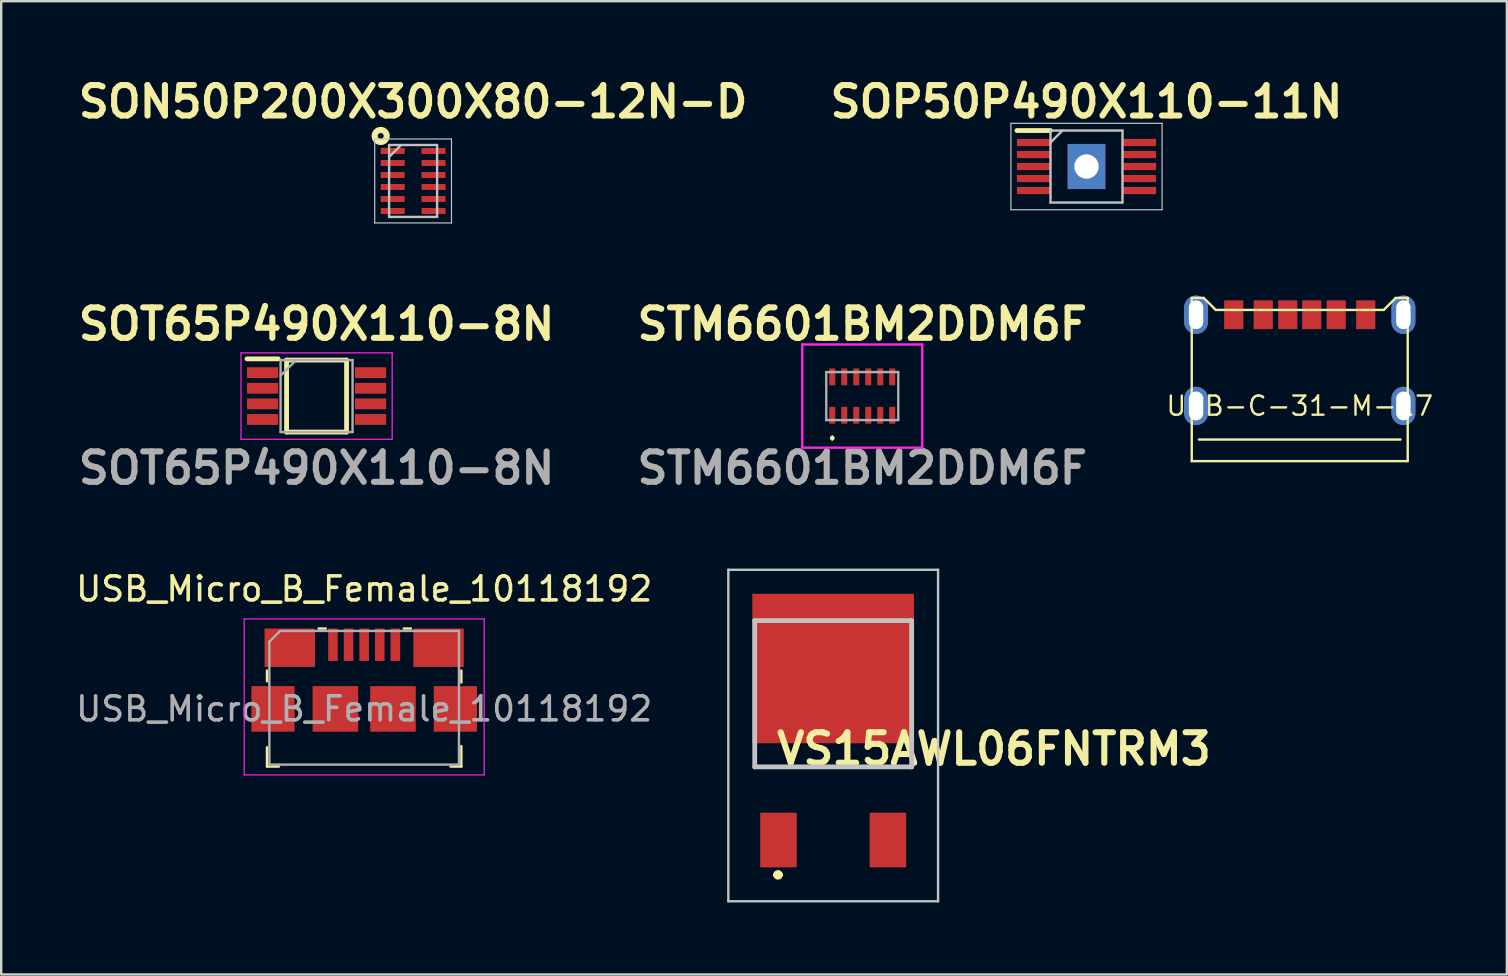
<source format=kicad_pcb>
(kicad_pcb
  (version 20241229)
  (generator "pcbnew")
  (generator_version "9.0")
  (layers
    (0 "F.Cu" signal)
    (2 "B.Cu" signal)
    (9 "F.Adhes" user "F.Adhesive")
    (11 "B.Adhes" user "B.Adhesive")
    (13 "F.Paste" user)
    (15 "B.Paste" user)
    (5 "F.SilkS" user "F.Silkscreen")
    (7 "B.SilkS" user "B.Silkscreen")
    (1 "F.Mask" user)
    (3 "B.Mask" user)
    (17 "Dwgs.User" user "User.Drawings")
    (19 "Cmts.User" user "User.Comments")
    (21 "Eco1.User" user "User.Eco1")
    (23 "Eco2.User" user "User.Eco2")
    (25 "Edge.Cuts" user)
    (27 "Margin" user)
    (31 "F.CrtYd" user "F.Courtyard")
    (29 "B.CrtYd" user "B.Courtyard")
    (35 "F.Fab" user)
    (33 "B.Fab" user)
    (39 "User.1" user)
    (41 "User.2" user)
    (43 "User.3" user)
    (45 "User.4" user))
  (footprint "USB-C-31-M-17"
    (layer "F.Cu")
    (at 51.111 13.866)
    (property "Reference" "USB-C-31-M-17" (at 0 0 0) (layer "F.SilkS") (effects (font (size 0.8 0.8) (thickness 0.1))))
    (attr smd)
    (fp_line (start -4.5 -4.5) (end -4.5 2.3) (stroke (width 0.1) (type solid)) (layer "F.SilkS"))
    (fp_line (start -4.5 -4.5) (end -4 -4.5) (stroke (width 0.1) (type solid)) (layer "F.SilkS"))
    (fp_line (start -4 -4.5) (end -3.5 -4) (stroke (width 0.1) (type solid)) (layer "F.SilkS"))
    (fp_line (start -3.5 -4) (end 3.5 -4) (stroke (width 0.1) (type solid)) (layer "F.SilkS"))
    (fp_line (start 3.5 -4) (end 4 -4.5) (stroke (width 0.1) (type solid)) (layer "F.SilkS"))
    (fp_line (start 4 -4.5) (end 4.5 -4.5) (stroke (width 0.1) (type solid)) (layer "F.SilkS"))
    (fp_line (start 4.2 1.4) (end -4.2 1.4) (stroke (width 0.1) (type solid)) (layer "F.SilkS"))
    (fp_line (start 4.5 -4.5) (end 4.5 2.3) (stroke (width 0.1) (type solid)) (layer "F.SilkS"))
    (fp_line (start 4.5 2.3) (end -4.5 2.3) (stroke (width 0.1) (type solid)) (layer "F.SilkS"))
    (pad "A5" smd rect (at -0.5 -3.8) (size 0.8 1.2) (layers "F.Cu" "F.Mask" "F.Paste"))
    (pad "A9" smd rect (at 1.52 -3.8) (size 0.8 1.2) (layers "F.Cu" "F.Mask" "F.Paste"))
    (pad "A12" smd rect (at 2.75 -3.8) (size 0.8 1.2) (layers "F.Cu" "F.Mask" "F.Paste"))
    (pad "B5" smd rect (at 0.5 -3.8) (size 0.8 1.2) (layers "F.Cu" "F.Mask" "F.Paste"))
    (pad "B9" smd rect (at -1.52 -3.8) (size 0.8 1.2) (layers "F.Cu" "F.Mask" "F.Paste"))
    (pad "B12" smd rect (at -2.75 -3.8) (size 0.8 1.2) (layers "F.Cu" "F.Mask" "F.Paste"))
    (pad "S1" thru_hole roundrect (at -4.32 -3.8) (size 1 1.6) (drill oval 0.6 1.2) (layers "*.Cu" "*.Mask") (roundrect_rratio 0.5))
    (pad "S1" thru_hole roundrect (at -4.32 0) (size 1 1.6) (drill oval 0.6 1.2) (layers "*.Cu" "*.Mask") (roundrect_rratio 0.5))
    (pad "S1" thru_hole roundrect (at 4.32 -3.8) (size 1 1.6) (drill oval 0.6 1.2) (layers "*.Cu" "*.Mask") (roundrect_rratio 0.5))
    (pad "S1" thru_hole roundrect (at 4.32 0) (size 1 1.6) (drill oval 0.6 1.2) (layers "*.Cu" "*.Mask") (roundrect_rratio 0.5)))
  (footprint "STM6601BM2DDM6F"
    (layer "F.Cu")
    (at 32.881 13.454)
    (property "Reference" "STM6601BM2DDM6F" (at 0 -3 0) (layer "F.SilkS") (effects (font (size 1.27 1.27) (thickness 0.254))))
    (attr smd)
    (fp_line (start -1.25 1.7) (end -1.25 1.7) (stroke (width 0.1) (type solid)) (layer "F.SilkS"))
    (fp_line (start -1.25 1.8) (end -1.25 1.8) (stroke (width 0.1) (type solid)) (layer "F.SilkS"))
    (fp_arc (start -1.25 1.7) (mid -1.2 1.75) (end -1.25 1.8) (stroke (width 0.1) (type solid)) (layer "F.SilkS"))
    (fp_arc (start -1.25 1.8) (mid -1.3 1.75) (end -1.25 1.7) (stroke (width 0.1) (type solid)) (layer "F.SilkS"))
    (fp_line (start -2.5 -2.15) (end 2.5 -2.15) (stroke (width 0.1) (type solid)) (layer "F.CrtYd"))
    (fp_line (start -2.5 2.15) (end -2.5 -2.15) (stroke (width 0.1) (type solid)) (layer "F.CrtYd"))
    (fp_line (start 2.5 -2.15) (end 2.5 2.15) (stroke (width 0.1) (type solid)) (layer "F.CrtYd"))
    (fp_line (start 2.5 2.15) (end -2.5 2.15) (stroke (width 0.1) (type solid)) (layer "F.CrtYd"))
    (fp_line (start -1.5 -1) (end -1.5 1) (stroke (width 0.1) (type solid)) (layer "F.Fab"))
    (fp_line (start -1.5 1) (end 1.5 1) (stroke (width 0.1) (type solid)) (layer "F.Fab"))
    (fp_line (start 1.5 -1) (end -1.5 -1) (stroke (width 0.1) (type solid)) (layer "F.Fab"))
    (fp_line (start 1.5 1) (end 1.5 -1) (stroke (width 0.1) (type solid)) (layer "F.Fab"))
    (fp_text user "${REFERENCE}" (at 0 3 0) (layer "F.Fab") (effects (font (size 1.27 1.27) (thickness 0.254))))
    (pad "1" smd rect (at -1.25 0.8) (size 0.25 0.7) (layers "F.Cu" "F.Mask" "F.Paste"))
    (pad "2" smd rect (at -0.75 0.8) (size 0.25 0.7) (layers "F.Cu" "F.Mask" "F.Paste"))
    (pad "3" smd rect (at -0.25 0.8) (size 0.25 0.7) (layers "F.Cu" "F.Mask" "F.Paste"))
    (pad "4" smd rect (at 0.25 0.8) (size 0.25 0.7) (layers "F.Cu" "F.Mask" "F.Paste"))
    (pad "5" smd rect (at 0.75 0.8) (size 0.25 0.7) (layers "F.Cu" "F.Mask" "F.Paste"))
    (pad "6" smd rect (at 1.25 0.8) (size 0.25 0.7) (layers "F.Cu" "F.Mask" "F.Paste"))
    (pad "7" smd rect (at 1.25 -0.8) (size 0.25 0.7) (layers "F.Cu" "F.Mask" "F.Paste"))
    (pad "8" smd rect (at 0.75 -0.8) (size 0.25 0.7) (layers "F.Cu" "F.Mask" "F.Paste"))
    (pad "9" smd rect (at 0.25 -0.8) (size 0.25 0.7) (layers "F.Cu" "F.Mask" "F.Paste"))
    (pad "10" smd rect (at -0.25 -0.8) (size 0.25 0.7) (layers "F.Cu" "F.Mask" "F.Paste"))
    (pad "11" smd rect (at -0.75 -0.8) (size 0.25 0.7) (layers "F.Cu" "F.Mask" "F.Paste"))
    (pad "12" smd rect (at -1.25 -0.8) (size 0.25 0.7) (layers "F.Cu" "F.Mask" "F.Paste")))
  (footprint "USB_Micro_B_Female_10118192"
    (layer "F.Cu")
    (at 12.125 26.491)
    (property "Reference" "USB_Micro_B_Female_10118192" (at 0 -5 0) (layer "F.SilkS") (effects (font (size 1 1) (thickness 0.15))))
    (attr through_hole)
    (fp_line (start -4.05 -1.6) (end -4.05 -1.15) (stroke (width 0.1) (type solid)) (layer "F.SilkS"))
    (fp_line (start -4.05 1.6) (end -4.05 2.4) (stroke (width 0.1) (type solid)) (layer "F.SilkS"))
    (fp_line (start -4.05 2.4) (end -3.55 2.4) (stroke (width 0.1) (type solid)) (layer "F.SilkS"))
    (fp_line (start -1.9 -3.35) (end -1.6 -3.35) (stroke (width 0.1) (type solid)) (layer "F.SilkS"))
    (fp_line (start 1.65 -3.35) (end 1.95 -3.35) (stroke (width 0.1) (type solid)) (layer "F.SilkS"))
    (fp_line (start 3.6 2.4) (end 4.05 2.4) (stroke (width 0.1) (type solid)) (layer "F.SilkS"))
    (fp_line (start 4.05 -1.6) (end 4.05 -1.1) (stroke (width 0.1) (type solid)) (layer "F.SilkS"))
    (fp_line (start 4.05 2.4) (end 4.05 1.55) (stroke (width 0.1) (type solid)) (layer "F.SilkS"))
    (fp_line (start -5 -3.75) (end -5 2.75) (stroke (width 0.05) (type solid)) (layer "F.CrtYd"))
    (fp_line (start -5 -3.75) (end 5 -3.75) (stroke (width 0.05) (type solid)) (layer "F.CrtYd"))
    (fp_line (start -5 2.75) (end 5 2.75) (stroke (width 0.05) (type solid)) (layer "F.CrtYd"))
    (fp_line (start 5 -3.75) (end 5 2.75) (stroke (width 0.05) (type solid)) (layer "F.CrtYd"))
    (fp_line (start -3.95 -2.8) (end -3.95 2.3) (stroke (width 0.1) (type solid)) (layer "F.Fab"))
    (fp_line (start -3.95 -2.8) (end -3.5 -3.25) (stroke (width 0.1) (type solid)) (layer "F.Fab"))
    (fp_line (start -3.95 2.32) (end 3.95 2.32) (stroke (width 0.1) (type solid)) (layer "F.Fab"))
    (fp_line (start 3.95 -3.25) (end -3.5 -3.25) (stroke (width 0.1) (type solid)) (layer "F.Fab"))
    (fp_line (start 3.95 2.32) (end 3.95 -3.25) (stroke (width 0.1) (type solid)) (layer "F.Fab"))
    (fp_text user "${REFERENCE}" (at 0 0 0) (layer "F.Fab") (effects (font (size 1 1) (thickness 0.15))))
    (pad "1" smd rect (at -1.3 -2.675) (size 0.4 1.35) (layers "F.Cu" "F.Mask" "F.Paste"))
    (pad "2" smd rect (at -0.65 -2.675) (size 0.4 1.35) (layers "F.Cu" "F.Mask" "F.Paste"))
    (pad "3" smd rect (at 0 -2.675) (size 0.4 1.35) (layers "F.Cu" "F.Mask" "F.Paste"))
    (pad "4" smd rect (at 0.65 -2.675) (size 0.4 1.35) (layers "F.Cu" "F.Mask" "F.Paste"))
    (pad "5" smd rect (at 1.3 -2.675) (size 0.4 1.35) (layers "F.Cu" "F.Mask" "F.Paste"))
    (pad "SH" smd rect (at -3.8 0) (size 1.8 1.9) (layers "F.Cu" "F.Mask" "F.Paste"))
    (pad "SH" smd rect (at -3.1 -2.55) (size 2.1 1.6) (layers "F.Cu" "F.Mask" "F.Paste"))
    (pad "SH" smd rect (at -1.2 0) (size 1.9 1.9) (layers "F.Cu" "F.Mask" "F.Paste"))
    (pad "SH" smd rect (at 1.2 0) (size 1.9 1.9) (layers "F.Cu" "F.Mask" "F.Paste"))
    (pad "SH" smd rect (at 3.1 -2.55) (size 2.1 1.6) (layers "F.Cu" "F.Mask" "F.Paste"))
    (pad "SH" smd rect (at 3.8 0) (size 1.8 1.9) (layers "F.Cu" "F.Mask" "F.Paste")))
  (footprint "SOT65P490X110-8N"
    (layer "F.Cu")
    (at 10.142 13.454)
    (property "Reference" "SOT65P490X110-8N" (at 0 -3 0) (layer "F.SilkS") (effects (font (size 1.27 1.27) (thickness 0.254))))
    (attr smd)
    (fp_line (start -2.9 -1.55) (end -1.6 -1.55) (stroke (width 0.2) (type solid)) (layer "F.SilkS"))
    (fp_line (start -1.25 -1.5) (end 1.25 -1.5) (stroke (width 0.2) (type solid)) (layer "F.SilkS"))
    (fp_line (start -1.25 1.5) (end -1.25 -1.5) (stroke (width 0.2) (type solid)) (layer "F.SilkS"))
    (fp_line (start 1.25 -1.5) (end 1.25 1.5) (stroke (width 0.2) (type solid)) (layer "F.SilkS"))
    (fp_line (start 1.25 1.5) (end -1.25 1.5) (stroke (width 0.2) (type solid)) (layer "F.SilkS"))
    (fp_line (start -3.15 -1.8) (end 3.15 -1.8) (stroke (width 0.05) (type solid)) (layer "F.CrtYd"))
    (fp_line (start -3.15 1.8) (end -3.15 -1.8) (stroke (width 0.05) (type solid)) (layer "F.CrtYd"))
    (fp_line (start 3.15 -1.8) (end 3.15 1.8) (stroke (width 0.05) (type solid)) (layer "F.CrtYd"))
    (fp_line (start 3.15 1.8) (end -3.15 1.8) (stroke (width 0.05) (type solid)) (layer "F.CrtYd"))
    (fp_line (start -1.5 -1.5) (end 1.5 -1.5) (stroke (width 0.1) (type solid)) (layer "F.Fab"))
    (fp_line (start -1.5 -0.85) (end -0.85 -1.5) (stroke (width 0.1) (type solid)) (layer "F.Fab"))
    (fp_line (start -1.5 1.5) (end -1.5 -1.5) (stroke (width 0.1) (type solid)) (layer "F.Fab"))
    (fp_line (start 1.5 -1.5) (end 1.5 1.5) (stroke (width 0.1) (type solid)) (layer "F.Fab"))
    (fp_line (start 1.5 1.5) (end -1.5 1.5) (stroke (width 0.1) (type solid)) (layer "F.Fab"))
    (fp_text user "${REFERENCE}" (at 0 3 0) (layer "F.Fab") (effects (font (size 1.27 1.27) (thickness 0.254))))
    (pad "1" smd rect (at -2.25 -0.975 90) (size 0.45 1.3) (layers "F.Cu" "F.Mask" "F.Paste"))
    (pad "2" smd rect (at -2.25 -0.325 90) (size 0.45 1.3) (layers "F.Cu" "F.Mask" "F.Paste"))
    (pad "3" smd rect (at -2.25 0.325 90) (size 0.45 1.3) (layers "F.Cu" "F.Mask" "F.Paste"))
    (pad "4" smd rect (at -2.25 0.975 90) (size 0.45 1.3) (layers "F.Cu" "F.Mask" "F.Paste"))
    (pad "5" smd rect (at 2.25 0.975 90) (size 0.45 1.3) (layers "F.Cu" "F.Mask" "F.Paste"))
    (pad "6" smd rect (at 2.25 0.325 90) (size 0.45 1.3) (layers "F.Cu" "F.Mask" "F.Paste"))
    (pad "7" smd rect (at 2.25 -0.325 90) (size 0.45 1.3) (layers "F.Cu" "F.Mask" "F.Paste"))
    (pad "8" smd rect (at 2.25 -0.975 90) (size 0.45 1.3) (layers "F.Cu" "F.Mask" "F.Paste")))
  (footprint "SOP50P490X110-11N"
    (layer "F.Cu")
    (at 42.225 3.889)
    (property "Reference" "SOP50P490X110-11N" (at 0 -2.7 0) (layer "F.SilkS") (effects (font (size 1.27 1.27) (thickness 0.254))))
    (attr smd)
    (fp_line (start -2.9 -1.5) (end -1.5 -1.5) (stroke (width 0.2) (type solid)) (layer "F.SilkS"))
    (fp_line (start -3.15 -1.8) (end 3.15 -1.8) (stroke (width 0.05) (type solid)) (layer "Dwgs.User"))
    (fp_line (start -3.15 1.8) (end -3.15 -1.8) (stroke (width 0.05) (type solid)) (layer "Dwgs.User"))
    (fp_line (start -1.5 -1.5) (end 1.5 -1.5) (stroke (width 0.1) (type solid)) (layer "Dwgs.User"))
    (fp_line (start -1.5 -1) (end -1 -1.5) (stroke (width 0.1) (type solid)) (layer "Dwgs.User"))
    (fp_line (start -1.5 1.5) (end -1.5 -1.5) (stroke (width 0.1) (type solid)) (layer "Dwgs.User"))
    (fp_line (start 1.5 -1.5) (end 1.5 1.5) (stroke (width 0.1) (type solid)) (layer "Dwgs.User"))
    (fp_line (start 1.5 1.5) (end -1.5 1.5) (stroke (width 0.1) (type solid)) (layer "Dwgs.User"))
    (fp_line (start 3.15 -1.8) (end 3.15 1.8) (stroke (width 0.05) (type solid)) (layer "Dwgs.User"))
    (fp_line (start 3.15 1.8) (end -3.15 1.8) (stroke (width 0.05) (type solid)) (layer "Dwgs.User"))
    (pad "1" smd rect (at -2.2 -1 90) (size 0.3 1.4) (layers "F.Cu" "F.Mask" "F.Paste"))
    (pad "2" smd rect (at -2.2 -0.5 90) (size 0.3 1.4) (layers "F.Cu" "F.Mask" "F.Paste"))
    (pad "3" smd rect (at -2.2 0 90) (size 0.3 1.4) (layers "F.Cu" "F.Mask" "F.Paste"))
    (pad "4" smd rect (at -2.2 0.5 90) (size 0.3 1.4) (layers "F.Cu" "F.Mask" "F.Paste"))
    (pad "5" smd rect (at -2.2 1 90) (size 0.3 1.4) (layers "F.Cu" "F.Mask" "F.Paste"))
    (pad "6" smd rect (at 2.2 1 90) (size 0.3 1.4) (layers "F.Cu" "F.Mask" "F.Paste"))
    (pad "7" smd rect (at 2.2 0.5 90) (size 0.3 1.4) (layers "F.Cu" "F.Mask" "F.Paste"))
    (pad "8" smd rect (at 2.2 0 90) (size 0.3 1.4) (layers "F.Cu" "F.Mask" "F.Paste"))
    (pad "9" smd rect (at 2.2 -0.5 90) (size 0.3 1.4) (layers "F.Cu" "F.Mask" "F.Paste"))
    (pad "10" smd rect (at 2.2 -1 90) (size 0.3 1.4) (layers "F.Cu" "F.Mask" "F.Paste"))
    (pad "11" thru_hole rect (at 0 0) (size 1.57 1.88) (drill 1.016) (layers "*.Cu" "*.Mask")))
  (footprint "SON50P200X300X80-12N-D"
    (layer "F.Cu")
    (at 14.164 4.491)
    (property "Reference" "SON50P200X300X80-12N-D" (at 0 -3.302 0) (layer "F.SilkS") (effects (font (size 1.27 1.27) (thickness 0.254))))
    (attr smd)
    (fp_circle (center -1.35 -1.875) (end -1.225 -1.875) (stroke (width 0.254) (type solid)) (fill no) (layer "F.SilkS"))
    (fp_line (start -1.6 -1.75) (end 1.6 -1.75) (stroke (width 0.05) (type solid)) (layer "Dwgs.User"))
    (fp_line (start -1.6 1.75) (end -1.6 -1.75) (stroke (width 0.05) (type solid)) (layer "Dwgs.User"))
    (fp_line (start -1 -1.5) (end 1 -1.5) (stroke (width 0.1) (type solid)) (layer "Dwgs.User"))
    (fp_line (start -1 -1) (end -0.5 -1.5) (stroke (width 0.1) (type solid)) (layer "Dwgs.User"))
    (fp_line (start -1 1.5) (end -1 -1.5) (stroke (width 0.1) (type solid)) (layer "Dwgs.User"))
    (fp_line (start 1 -1.5) (end 1 1.5) (stroke (width 0.1) (type solid)) (layer "Dwgs.User"))
    (fp_line (start 1 1.5) (end -1 1.5) (stroke (width 0.1) (type solid)) (layer "Dwgs.User"))
    (fp_line (start 1.6 -1.75) (end 1.6 1.75) (stroke (width 0.05) (type solid)) (layer "Dwgs.User"))
    (fp_line (start 1.6 1.75) (end -1.6 1.75) (stroke (width 0.05) (type solid)) (layer "Dwgs.User"))
    (pad "1" smd rect (at -0.85 -1.25 90) (size 0.25 1) (layers "F.Cu" "F.Mask" "F.Paste"))
    (pad "2" smd rect (at -0.85 -0.75 90) (size 0.25 1) (layers "F.Cu" "F.Mask" "F.Paste"))
    (pad "3" smd rect (at -0.85 -0.25 90) (size 0.25 1) (layers "F.Cu" "F.Mask" "F.Paste"))
    (pad "4" smd rect (at -0.85 0.25 90) (size 0.25 1) (layers "F.Cu" "F.Mask" "F.Paste"))
    (pad "5" smd rect (at -0.85 0.75 90) (size 0.25 1) (layers "F.Cu" "F.Mask" "F.Paste"))
    (pad "6" smd rect (at -0.85 1.25 90) (size 0.25 1) (layers "F.Cu" "F.Mask" "F.Paste"))
    (pad "7" smd rect (at 0.85 1.25 90) (size 0.25 1) (layers "F.Cu" "F.Mask" "F.Paste"))
    (pad "8" smd rect (at 0.85 0.75 90) (size 0.25 1) (layers "F.Cu" "F.Mask" "F.Paste"))
    (pad "9" smd rect (at 0.85 0.25 90) (size 0.25 1) (layers "F.Cu" "F.Mask" "F.Paste"))
    (pad "10" smd rect (at 0.85 -0.25 90) (size 0.25 1) (layers "F.Cu" "F.Mask" "F.Paste"))
    (pad "11" smd rect (at 0.85 -0.75 90) (size 0.25 1) (layers "F.Cu" "F.Mask" "F.Paste"))
    (pad "12" smd rect (at 0.85 -1.25 90) (size 0.25 1) (layers "F.Cu" "F.Mask" "F.Paste")))
  (footprint "VS15AWL06FNTRM3"
    (layer "F.Cu")
    (at 31.67 28.159)
    (property "Reference" "VS15AWL06FNTRM3" (at 6.7 0 0) (layer "F.SilkS") (effects (font (size 1.27 1.27) (thickness 0.254))))
    (attr smd)
    (fp_line (start -3.27 0.247) (end -3.27 0.747) (stroke (width 0.1) (type solid)) (layer "F.SilkS"))
    (fp_line (start -3.27 0.747) (end 3.27 0.747) (stroke (width 0.1) (type solid)) (layer "F.SilkS"))
    (fp_line (start -2.4 5.247) (end -2.4 5.247) (stroke (width 0.2) (type solid)) (layer "F.SilkS"))
    (fp_line (start -2.2 5.247) (end -2.2 5.247) (stroke (width 0.2) (type solid)) (layer "F.SilkS"))
    (fp_line (start 3.27 0.747) (end 3.27 0.247) (stroke (width 0.1) (type solid)) (layer "F.SilkS"))
    (fp_arc (start -2.4 5.247) (mid -2.3 5.147) (end -2.2 5.247) (stroke (width 0.2) (type solid)) (layer "F.SilkS"))
    (fp_arc (start -2.2 5.247) (mid -2.299 5.347) (end -2.399 5.248) (stroke (width 0.2) (type solid)) (layer "F.SilkS"))
    (fp_line (start -4.37 -7.466) (end 4.37 -7.466) (stroke (width 0.1) (type solid)) (layer "Dwgs.User"))
    (fp_line (start -4.37 6.347) (end -4.37 -7.466) (stroke (width 0.1) (type solid)) (layer "Dwgs.User"))
    (fp_line (start -3.27 -5.348) (end 3.27 -5.348) (stroke (width 0.2) (type solid)) (layer "Dwgs.User"))
    (fp_line (start -3.27 0.747) (end -3.27 -5.348) (stroke (width 0.2) (type solid)) (layer "Dwgs.User"))
    (fp_line (start 3.27 -5.348) (end 3.27 0.747) (stroke (width 0.2) (type solid)) (layer "Dwgs.User"))
    (fp_line (start 3.27 0.747) (end -3.27 0.747) (stroke (width 0.2) (type solid)) (layer "Dwgs.User"))
    (fp_line (start 4.37 -7.466) (end 4.37 6.347) (stroke (width 0.1) (type solid)) (layer "Dwgs.User"))
    (fp_line (start 4.37 6.347) (end -4.37 6.347) (stroke (width 0.1) (type solid)) (layer "Dwgs.User"))
    (pad "1" smd rect (at -2.28 3.795) (size 1.524 2.28) (layers "F.Cu" "F.Mask" "F.Paste"))
    (pad "3" smd rect (at 2.28 3.795) (size 1.524 2.28) (layers "F.Cu" "F.Mask" "F.Paste"))
    (pad "4" smd rect (at 0 -3.351 90) (size 6.23 6.74) (layers "F.Cu" "F.Mask" "F.Paste")))
  (gr_rect
    (start -3 -3)
    (end 59.743 37.556)
    (stroke (width 0.1) (type default))
    (fill no)
    (layer "Edge.Cuts")))
</source>
